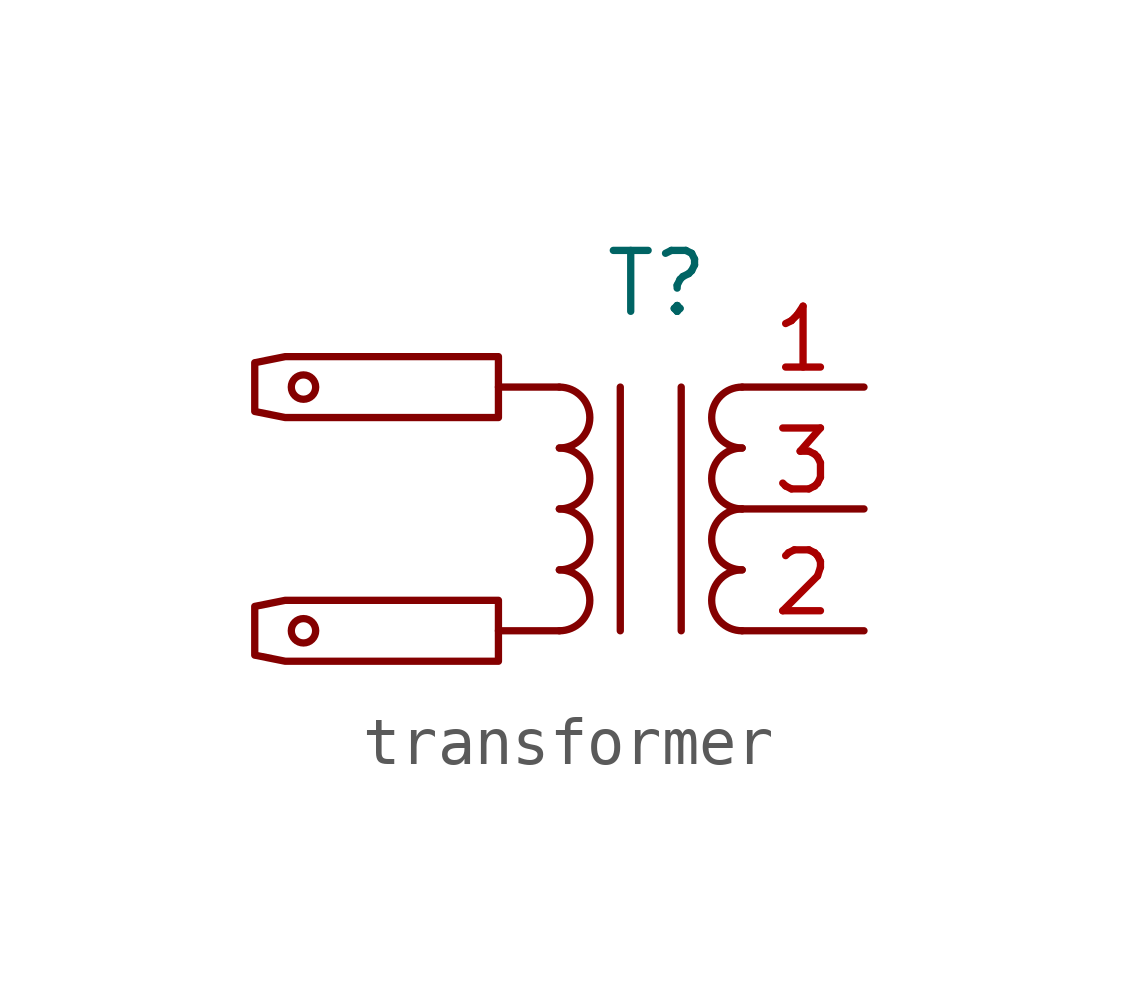
<source format=kicad_sym>
(kicad_symbol_lib
  (version 20241209)
  (generator "kicad_symbol_editor")
  (generator_version "9.0")
  (symbol "transformer"
    (property "Reference" "T"
      (at 2.032 2.159 0)
      (effects (font (size 1.27 1.27))))
    (property "Value" ""
      (at 0 0 0)
      (effects (font (size 1.27 1.27))))
    (symbol "transformer_0_1"
      (circle (center -5.334 0) (radius 0.254) (stroke (width 0) (type default)) (fill (type none)))
      (circle (center -5.334 -5.08) (radius 0.254) (stroke (width 0) (type default)) (fill (type none)))
      (polyline (pts (xy -1.27 -0.635) (xy -1.27 0.635) (xy -5.715 0.635) (xy -6.35 0.508) (xy -6.35 -0.508) (xy -5.715 -0.635) (xy -1.27 -0.635)) (stroke (width 0) (type default)) (fill (type none)))
      (polyline (pts (xy -1.27 -5.715) (xy -1.27 -4.445) (xy -5.715 -4.445) (xy -6.35 -4.572) (xy -6.35 -5.588) (xy -5.715 -5.715) (xy -1.27 -5.715)) (stroke (width 0) (type default)) (fill (type none)))
      (polyline (pts (xy 0 0) (xy -1.27 0)) (stroke (width 0) (type default)) (fill (type none)))
      (arc (start 0 0) (mid 0.635 -0.635) (end 0 -1.27) (stroke (width 0) (type default)) (fill (type none)))
      (arc (start 0 -1.27) (mid 0.635 -1.905) (end 0 -2.54) (stroke (width 0) (type default)) (fill (type none)))
      (arc (start 0 -2.54) (mid 0.635 -3.175) (end 0 -3.81) (stroke (width 0) (type default)) (fill (type none)))
      (arc (start 0 -3.81) (mid 0.635 -4.445) (end 0 -5.08) (stroke (width 0) (type default)) (fill (type none)))
      (polyline (pts (xy 0 -5.08) (xy -1.27 -5.08)) (stroke (width 0) (type default)) (fill (type none)))
      (polyline (pts (xy 1.27 0) (xy 1.27 -5.08)) (stroke (width 0) (type default)) (fill (type none)))
      (polyline (pts (xy 2.54 0) (xy 2.54 -5.08)) (stroke (width 0) (type default)) (fill (type none)))
      (arc (start 3.81 -1.27) (mid 3.175 -0.635) (end 3.81 0) (stroke (width 0) (type default)) (fill (type none)))
      (arc (start 3.81 -2.54) (mid 3.175 -1.905) (end 3.81 -1.27) (stroke (width 0) (type default)) (fill (type none)))
      (arc (start 3.81 -3.81) (mid 3.175 -3.175) (end 3.81 -2.54) (stroke (width 0) (type default)) (fill (type none)))
      (arc (start 3.81 -5.08) (mid 3.175 -4.445) (end 3.81 -3.81) (stroke (width 0) (type default)) (fill (type none))))
    (symbol "transformer_1_1"
      (pin power_out line (at 6.35 0 180) (length 2.54) (name "" (effects (font (size 1.27 1.27)))) (number "1" (effects (font (size 1.27 1.27)))))
      (pin power_out line (at 6.35 -2.54 180) (length 2.54) (name "" (effects (font (size 1.27 1.27)))) (number "3" (effects (font (size 1.27 1.27)))))
      (pin power_out line (at 6.35 -5.08 180) (length 2.54) (name "" (effects (font (size 1.27 1.27)))) (number "2" (effects (font (size 1.27 1.27))))))))
</source>
